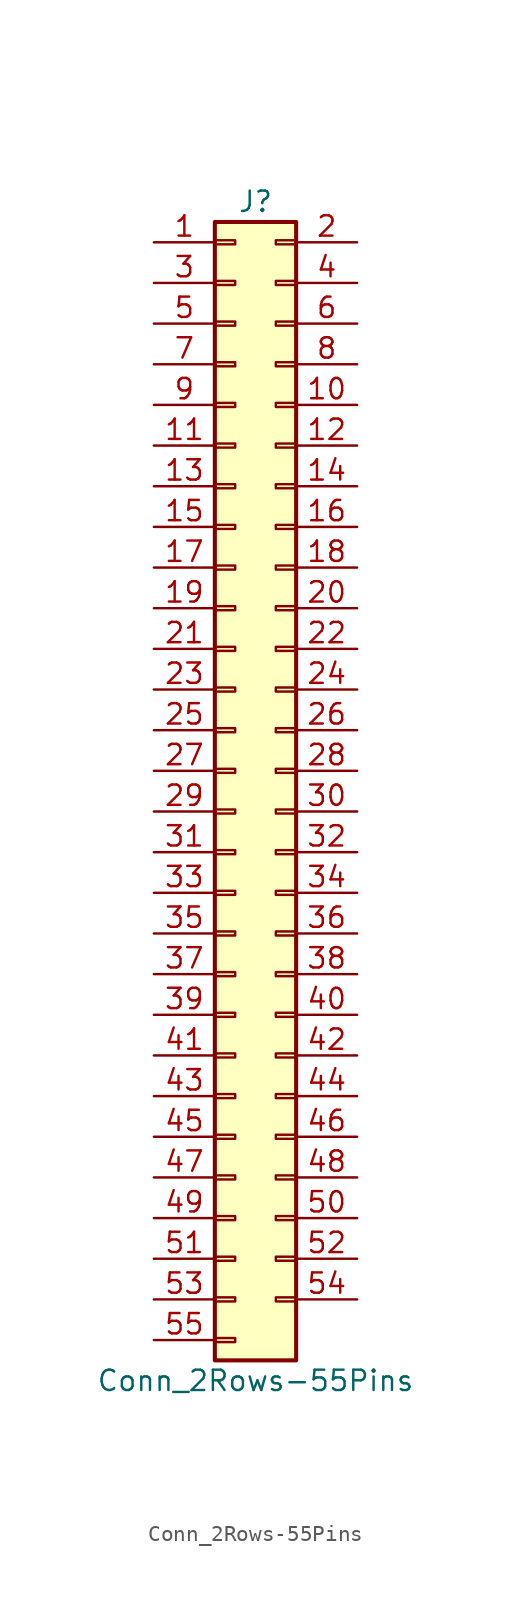
<source format=kicad_sym>
(kicad_symbol_lib
  (version 20200908)
  (generator kicad_symbol_editor)
  (symbol "Connector_Generic:Conn_2Rows-55Pins"
    (pin_names
      (offset 1.016) hide)
    (property "Reference" "J"
      (at 1.27 35.56 0)
      (effects (font (size 1.27 1.27))))
    (property "Value" "Conn_2Rows-55Pins"
      (at 1.27 -38.1 0)
      (effects (font (size 1.27 1.27))))
    (symbol "Conn_2Rows-55Pins_1_1"
      (rectangle (start -1.27 -27.813) (end 0 -28.067) (stroke (width 0.152)) (fill (type none)))
      (rectangle (start -1.27 -30.353) (end 0 -30.607) (stroke (width 0.152)) (fill (type none)))
      (rectangle (start -1.27 -32.893) (end 0 -33.147) (stroke (width 0.152)) (fill (type none)))
      (rectangle (start -1.27 -35.433) (end 0 -35.687) (stroke (width 0.152)) (fill (type none)))
      (rectangle (start -1.27 -4.953) (end 0 -5.207) (stroke (width 0.152)) (fill (type none)))
      (rectangle (start -1.27 -7.493) (end 0 -7.747) (stroke (width 0.152)) (fill (type none)))
      (rectangle (start -1.27 -10.033) (end 0 -10.287) (stroke (width 0.152)) (fill (type none)))
      (rectangle (start -1.27 -12.573) (end 0 -12.827) (stroke (width 0.152)) (fill (type none)))
      (rectangle (start -1.27 -15.113) (end 0 -15.367) (stroke (width 0.152)) (fill (type none)))
      (rectangle (start -1.27 -17.653) (end 0 -17.907) (stroke (width 0.152)) (fill (type none)))
      (rectangle (start -1.27 -20.193) (end 0 -20.447) (stroke (width 0.152)) (fill (type none)))
      (rectangle (start -1.27 -22.733) (end 0 -22.987) (stroke (width 0.152)) (fill (type none)))
      (rectangle (start -1.27 -2.413) (end 0 -2.667) (stroke (width 0.152)) (fill (type none)))
      (rectangle (start -1.27 -25.273) (end 0 -25.527) (stroke (width 0.152)) (fill (type none)))
      (rectangle (start -1.27 25.527) (end 0 25.273) (stroke (width 0.152)) (fill (type none)))
      (rectangle (start -1.27 2.667) (end 0 2.413) (stroke (width 0.152)) (fill (type none)))
      (rectangle (start -1.27 28.067) (end 0 27.813) (stroke (width 0.152)) (fill (type none)))
      (rectangle (start -1.27 30.607) (end 0 30.353) (stroke (width 0.152)) (fill (type none)))
      (rectangle (start -1.27 33.147) (end 0 32.893) (stroke (width 0.152)) (fill (type none)))
      (rectangle (start -1.27 34.29) (end 3.81 -36.83) (stroke (width 0.254)) (fill (type background)))
      (rectangle (start -1.27 5.207) (end 0 4.953) (stroke (width 0.152)) (fill (type none)))
      (rectangle (start -1.27 7.747) (end 0 7.493) (stroke (width 0.152)) (fill (type none)))
      (rectangle (start -1.27 10.287) (end 0 10.033) (stroke (width 0.152)) (fill (type none)))
      (rectangle (start -1.27 0.127) (end 0 -0.127) (stroke (width 0.152)) (fill (type none)))
      (rectangle (start -1.27 12.827) (end 0 12.573) (stroke (width 0.152)) (fill (type none)))
      (rectangle (start -1.27 15.367) (end 0 15.113) (stroke (width 0.152)) (fill (type none)))
      (rectangle (start -1.27 17.907) (end 0 17.653) (stroke (width 0.152)) (fill (type none)))
      (rectangle (start -1.27 20.447) (end 0 20.193) (stroke (width 0.152)) (fill (type none)))
      (rectangle (start -1.27 22.987) (end 0 22.733) (stroke (width 0.152)) (fill (type none)))
      (rectangle (start 3.81 -27.813) (end 2.54 -28.067) (stroke (width 0.152)) (fill (type none)))
      (rectangle (start 3.81 -30.353) (end 2.54 -30.607) (stroke (width 0.152)) (fill (type none)))
      (rectangle (start 3.81 -32.893) (end 2.54 -33.147) (stroke (width 0.152)) (fill (type none)))
      (rectangle (start 3.81 -4.953) (end 2.54 -5.207) (stroke (width 0.152)) (fill (type none)))
      (rectangle (start 3.81 -7.493) (end 2.54 -7.747) (stroke (width 0.152)) (fill (type none)))
      (rectangle (start 3.81 -10.033) (end 2.54 -10.287) (stroke (width 0.152)) (fill (type none)))
      (rectangle (start 3.81 -12.573) (end 2.54 -12.827) (stroke (width 0.152)) (fill (type none)))
      (rectangle (start 3.81 -15.113) (end 2.54 -15.367) (stroke (width 0.152)) (fill (type none)))
      (rectangle (start 3.81 -17.653) (end 2.54 -17.907) (stroke (width 0.152)) (fill (type none)))
      (rectangle (start 3.81 -20.193) (end 2.54 -20.447) (stroke (width 0.152)) (fill (type none)))
      (rectangle (start 3.81 -22.733) (end 2.54 -22.987) (stroke (width 0.152)) (fill (type none)))
      (rectangle (start 3.81 -2.413) (end 2.54 -2.667) (stroke (width 0.152)) (fill (type none)))
      (rectangle (start 3.81 -25.273) (end 2.54 -25.527) (stroke (width 0.152)) (fill (type none)))
      (rectangle (start 3.81 25.527) (end 2.54 25.273) (stroke (width 0.152)) (fill (type none)))
      (rectangle (start 3.81 2.667) (end 2.54 2.413) (stroke (width 0.152)) (fill (type none)))
      (rectangle (start 3.81 28.067) (end 2.54 27.813) (stroke (width 0.152)) (fill (type none)))
      (rectangle (start 3.81 30.607) (end 2.54 30.353) (stroke (width 0.152)) (fill (type none)))
      (rectangle (start 3.81 33.147) (end 2.54 32.893) (stroke (width 0.152)) (fill (type none)))
      (rectangle (start 3.81 5.207) (end 2.54 4.953) (stroke (width 0.152)) (fill (type none)))
      (rectangle (start 3.81 7.747) (end 2.54 7.493) (stroke (width 0.152)) (fill (type none)))
      (rectangle (start 3.81 10.287) (end 2.54 10.033) (stroke (width 0.152)) (fill (type none)))
      (rectangle (start 3.81 0.127) (end 2.54 -0.127) (stroke (width 0.152)) (fill (type none)))
      (rectangle (start 3.81 12.827) (end 2.54 12.573) (stroke (width 0.152)) (fill (type none)))
      (rectangle (start 3.81 15.367) (end 2.54 15.113) (stroke (width 0.152)) (fill (type none)))
      (rectangle (start 3.81 17.907) (end 2.54 17.653) (stroke (width 0.152)) (fill (type none)))
      (rectangle (start 3.81 20.447) (end 2.54 20.193) (stroke (width 0.152)) (fill (type none)))
      (rectangle (start 3.81 22.987) (end 2.54 22.733) (stroke (width 0.152)) (fill (type none)))
      (pin passive line (at -5.08 33.02 0) (length 3.81) (name "Pin_1" (effects (font (size 1.27 1.27)))) (number "1" (effects (font (size 1.27 1.27)))))
      (pin passive line (at 7.62 22.86 180) (length 3.81) (name "Pin_10" (effects (font (size 1.27 1.27)))) (number "10" (effects (font (size 1.27 1.27)))))
      (pin passive line (at -5.08 20.32 0) (length 3.81) (name "Pin_11" (effects (font (size 1.27 1.27)))) (number "11" (effects (font (size 1.27 1.27)))))
      (pin passive line (at 7.62 20.32 180) (length 3.81) (name "Pin_12" (effects (font (size 1.27 1.27)))) (number "12" (effects (font (size 1.27 1.27)))))
      (pin passive line (at -5.08 17.78 0) (length 3.81) (name "Pin_13" (effects (font (size 1.27 1.27)))) (number "13" (effects (font (size 1.27 1.27)))))
      (pin passive line (at 7.62 17.78 180) (length 3.81) (name "Pin_14" (effects (font (size 1.27 1.27)))) (number "14" (effects (font (size 1.27 1.27)))))
      (pin passive line (at -5.08 15.24 0) (length 3.81) (name "Pin_15" (effects (font (size 1.27 1.27)))) (number "15" (effects (font (size 1.27 1.27)))))
      (pin passive line (at 7.62 15.24 180) (length 3.81) (name "Pin_16" (effects (font (size 1.27 1.27)))) (number "16" (effects (font (size 1.27 1.27)))))
      (pin passive line (at -5.08 12.7 0) (length 3.81) (name "Pin_17" (effects (font (size 1.27 1.27)))) (number "17" (effects (font (size 1.27 1.27)))))
      (pin passive line (at 7.62 12.7 180) (length 3.81) (name "Pin_18" (effects (font (size 1.27 1.27)))) (number "18" (effects (font (size 1.27 1.27)))))
      (pin passive line (at -5.08 10.16 0) (length 3.81) (name "Pin_19" (effects (font (size 1.27 1.27)))) (number "19" (effects (font (size 1.27 1.27)))))
      (pin passive line (at 7.62 33.02 180) (length 3.81) (name "Pin_2" (effects (font (size 1.27 1.27)))) (number "2" (effects (font (size 1.27 1.27)))))
      (pin passive line (at 7.62 10.16 180) (length 3.81) (name "Pin_20" (effects (font (size 1.27 1.27)))) (number "20" (effects (font (size 1.27 1.27)))))
      (pin passive line (at -5.08 7.62 0) (length 3.81) (name "Pin_21" (effects (font (size 1.27 1.27)))) (number "21" (effects (font (size 1.27 1.27)))))
      (pin passive line (at 7.62 7.62 180) (length 3.81) (name "Pin_22" (effects (font (size 1.27 1.27)))) (number "22" (effects (font (size 1.27 1.27)))))
      (pin passive line (at -5.08 5.08 0) (length 3.81) (name "Pin_23" (effects (font (size 1.27 1.27)))) (number "23" (effects (font (size 1.27 1.27)))))
      (pin passive line (at 7.62 5.08 180) (length 3.81) (name "Pin_24" (effects (font (size 1.27 1.27)))) (number "24" (effects (font (size 1.27 1.27)))))
      (pin passive line (at -5.08 2.54 0) (length 3.81) (name "Pin_25" (effects (font (size 1.27 1.27)))) (number "25" (effects (font (size 1.27 1.27)))))
      (pin passive line (at 7.62 2.54 180) (length 3.81) (name "Pin_26" (effects (font (size 1.27 1.27)))) (number "26" (effects (font (size 1.27 1.27)))))
      (pin passive line (at -5.08 0 0) (length 3.81) (name "Pin_27" (effects (font (size 1.27 1.27)))) (number "27" (effects (font (size 1.27 1.27)))))
      (pin passive line (at 7.62 0 180) (length 3.81) (name "Pin_28" (effects (font (size 1.27 1.27)))) (number "28" (effects (font (size 1.27 1.27)))))
      (pin passive line (at -5.08 -2.54 0) (length 3.81) (name "Pin_29" (effects (font (size 1.27 1.27)))) (number "29" (effects (font (size 1.27 1.27)))))
      (pin passive line (at -5.08 30.48 0) (length 3.81) (name "Pin_3" (effects (font (size 1.27 1.27)))) (number "3" (effects (font (size 1.27 1.27)))))
      (pin passive line (at 7.62 -2.54 180) (length 3.81) (name "Pin_30" (effects (font (size 1.27 1.27)))) (number "30" (effects (font (size 1.27 1.27)))))
      (pin passive line (at -5.08 -5.08 0) (length 3.81) (name "Pin_31" (effects (font (size 1.27 1.27)))) (number "31" (effects (font (size 1.27 1.27)))))
      (pin passive line (at 7.62 -5.08 180) (length 3.81) (name "Pin_32" (effects (font (size 1.27 1.27)))) (number "32" (effects (font (size 1.27 1.27)))))
      (pin passive line (at -5.08 -7.62 0) (length 3.81) (name "Pin_33" (effects (font (size 1.27 1.27)))) (number "33" (effects (font (size 1.27 1.27)))))
      (pin passive line (at 7.62 -7.62 180) (length 3.81) (name "Pin_34" (effects (font (size 1.27 1.27)))) (number "34" (effects (font (size 1.27 1.27)))))
      (pin passive line (at -5.08 -10.16 0) (length 3.81) (name "Pin_35" (effects (font (size 1.27 1.27)))) (number "35" (effects (font (size 1.27 1.27)))))
      (pin passive line (at 7.62 -10.16 180) (length 3.81) (name "Pin_36" (effects (font (size 1.27 1.27)))) (number "36" (effects (font (size 1.27 1.27)))))
      (pin passive line (at -5.08 -12.7 0) (length 3.81) (name "Pin_37" (effects (font (size 1.27 1.27)))) (number "37" (effects (font (size 1.27 1.27)))))
      (pin passive line (at 7.62 -12.7 180) (length 3.81) (name "Pin_38" (effects (font (size 1.27 1.27)))) (number "38" (effects (font (size 1.27 1.27)))))
      (pin passive line (at -5.08 -15.24 0) (length 3.81) (name "Pin_39" (effects (font (size 1.27 1.27)))) (number "39" (effects (font (size 1.27 1.27)))))
      (pin passive line (at 7.62 30.48 180) (length 3.81) (name "Pin_4" (effects (font (size 1.27 1.27)))) (number "4" (effects (font (size 1.27 1.27)))))
      (pin passive line (at 7.62 -15.24 180) (length 3.81) (name "Pin_40" (effects (font (size 1.27 1.27)))) (number "40" (effects (font (size 1.27 1.27)))))
      (pin passive line (at -5.08 -17.78 0) (length 3.81) (name "Pin_41" (effects (font (size 1.27 1.27)))) (number "41" (effects (font (size 1.27 1.27)))))
      (pin passive line (at 7.62 -17.78 180) (length 3.81) (name "Pin_42" (effects (font (size 1.27 1.27)))) (number "42" (effects (font (size 1.27 1.27)))))
      (pin passive line (at -5.08 -20.32 0) (length 3.81) (name "Pin_43" (effects (font (size 1.27 1.27)))) (number "43" (effects (font (size 1.27 1.27)))))
      (pin passive line (at 7.62 -20.32 180) (length 3.81) (name "Pin_44" (effects (font (size 1.27 1.27)))) (number "44" (effects (font (size 1.27 1.27)))))
      (pin passive line (at -5.08 -22.86 0) (length 3.81) (name "Pin_45" (effects (font (size 1.27 1.27)))) (number "45" (effects (font (size 1.27 1.27)))))
      (pin passive line (at 7.62 -22.86 180) (length 3.81) (name "Pin_46" (effects (font (size 1.27 1.27)))) (number "46" (effects (font (size 1.27 1.27)))))
      (pin passive line (at -5.08 -25.4 0) (length 3.81) (name "Pin_47" (effects (font (size 1.27 1.27)))) (number "47" (effects (font (size 1.27 1.27)))))
      (pin passive line (at 7.62 -25.4 180) (length 3.81) (name "Pin_48" (effects (font (size 1.27 1.27)))) (number "48" (effects (font (size 1.27 1.27)))))
      (pin passive line (at -5.08 -27.94 0) (length 3.81) (name "Pin_49" (effects (font (size 1.27 1.27)))) (number "49" (effects (font (size 1.27 1.27)))))
      (pin passive line (at -5.08 27.94 0) (length 3.81) (name "Pin_5" (effects (font (size 1.27 1.27)))) (number "5" (effects (font (size 1.27 1.27)))))
      (pin passive line (at 7.62 -27.94 180) (length 3.81) (name "Pin_50" (effects (font (size 1.27 1.27)))) (number "50" (effects (font (size 1.27 1.27)))))
      (pin passive line (at -5.08 -30.48 0) (length 3.81) (name "Pin_51" (effects (font (size 1.27 1.27)))) (number "51" (effects (font (size 1.27 1.27)))))
      (pin passive line (at 7.62 -30.48 180) (length 3.81) (name "Pin_52" (effects (font (size 1.27 1.27)))) (number "52" (effects (font (size 1.27 1.27)))))
      (pin passive line (at -5.08 -33.02 0) (length 3.81) (name "Pin_53" (effects (font (size 1.27 1.27)))) (number "53" (effects (font (size 1.27 1.27)))))
      (pin passive line (at 7.62 -33.02 180) (length 3.81) (name "Pin_54" (effects (font (size 1.27 1.27)))) (number "54" (effects (font (size 1.27 1.27)))))
      (pin passive line (at -5.08 -35.56 0) (length 3.81) (name "Pin_55" (effects (font (size 1.27 1.27)))) (number "55" (effects (font (size 1.27 1.27)))))
      (pin passive line (at 7.62 27.94 180) (length 3.81) (name "Pin_6" (effects (font (size 1.27 1.27)))) (number "6" (effects (font (size 1.27 1.27)))))
      (pin passive line (at -5.08 25.4 0) (length 3.81) (name "Pin_7" (effects (font (size 1.27 1.27)))) (number "7" (effects (font (size 1.27 1.27)))))
      (pin passive line (at 7.62 25.4 180) (length 3.81) (name "Pin_8" (effects (font (size 1.27 1.27)))) (number "8" (effects (font (size 1.27 1.27)))))
      (pin passive line (at -5.08 22.86 0) (length 3.81) (name "Pin_9" (effects (font (size 1.27 1.27)))) (number "9" (effects (font (size 1.27 1.27))))))))
</source>
